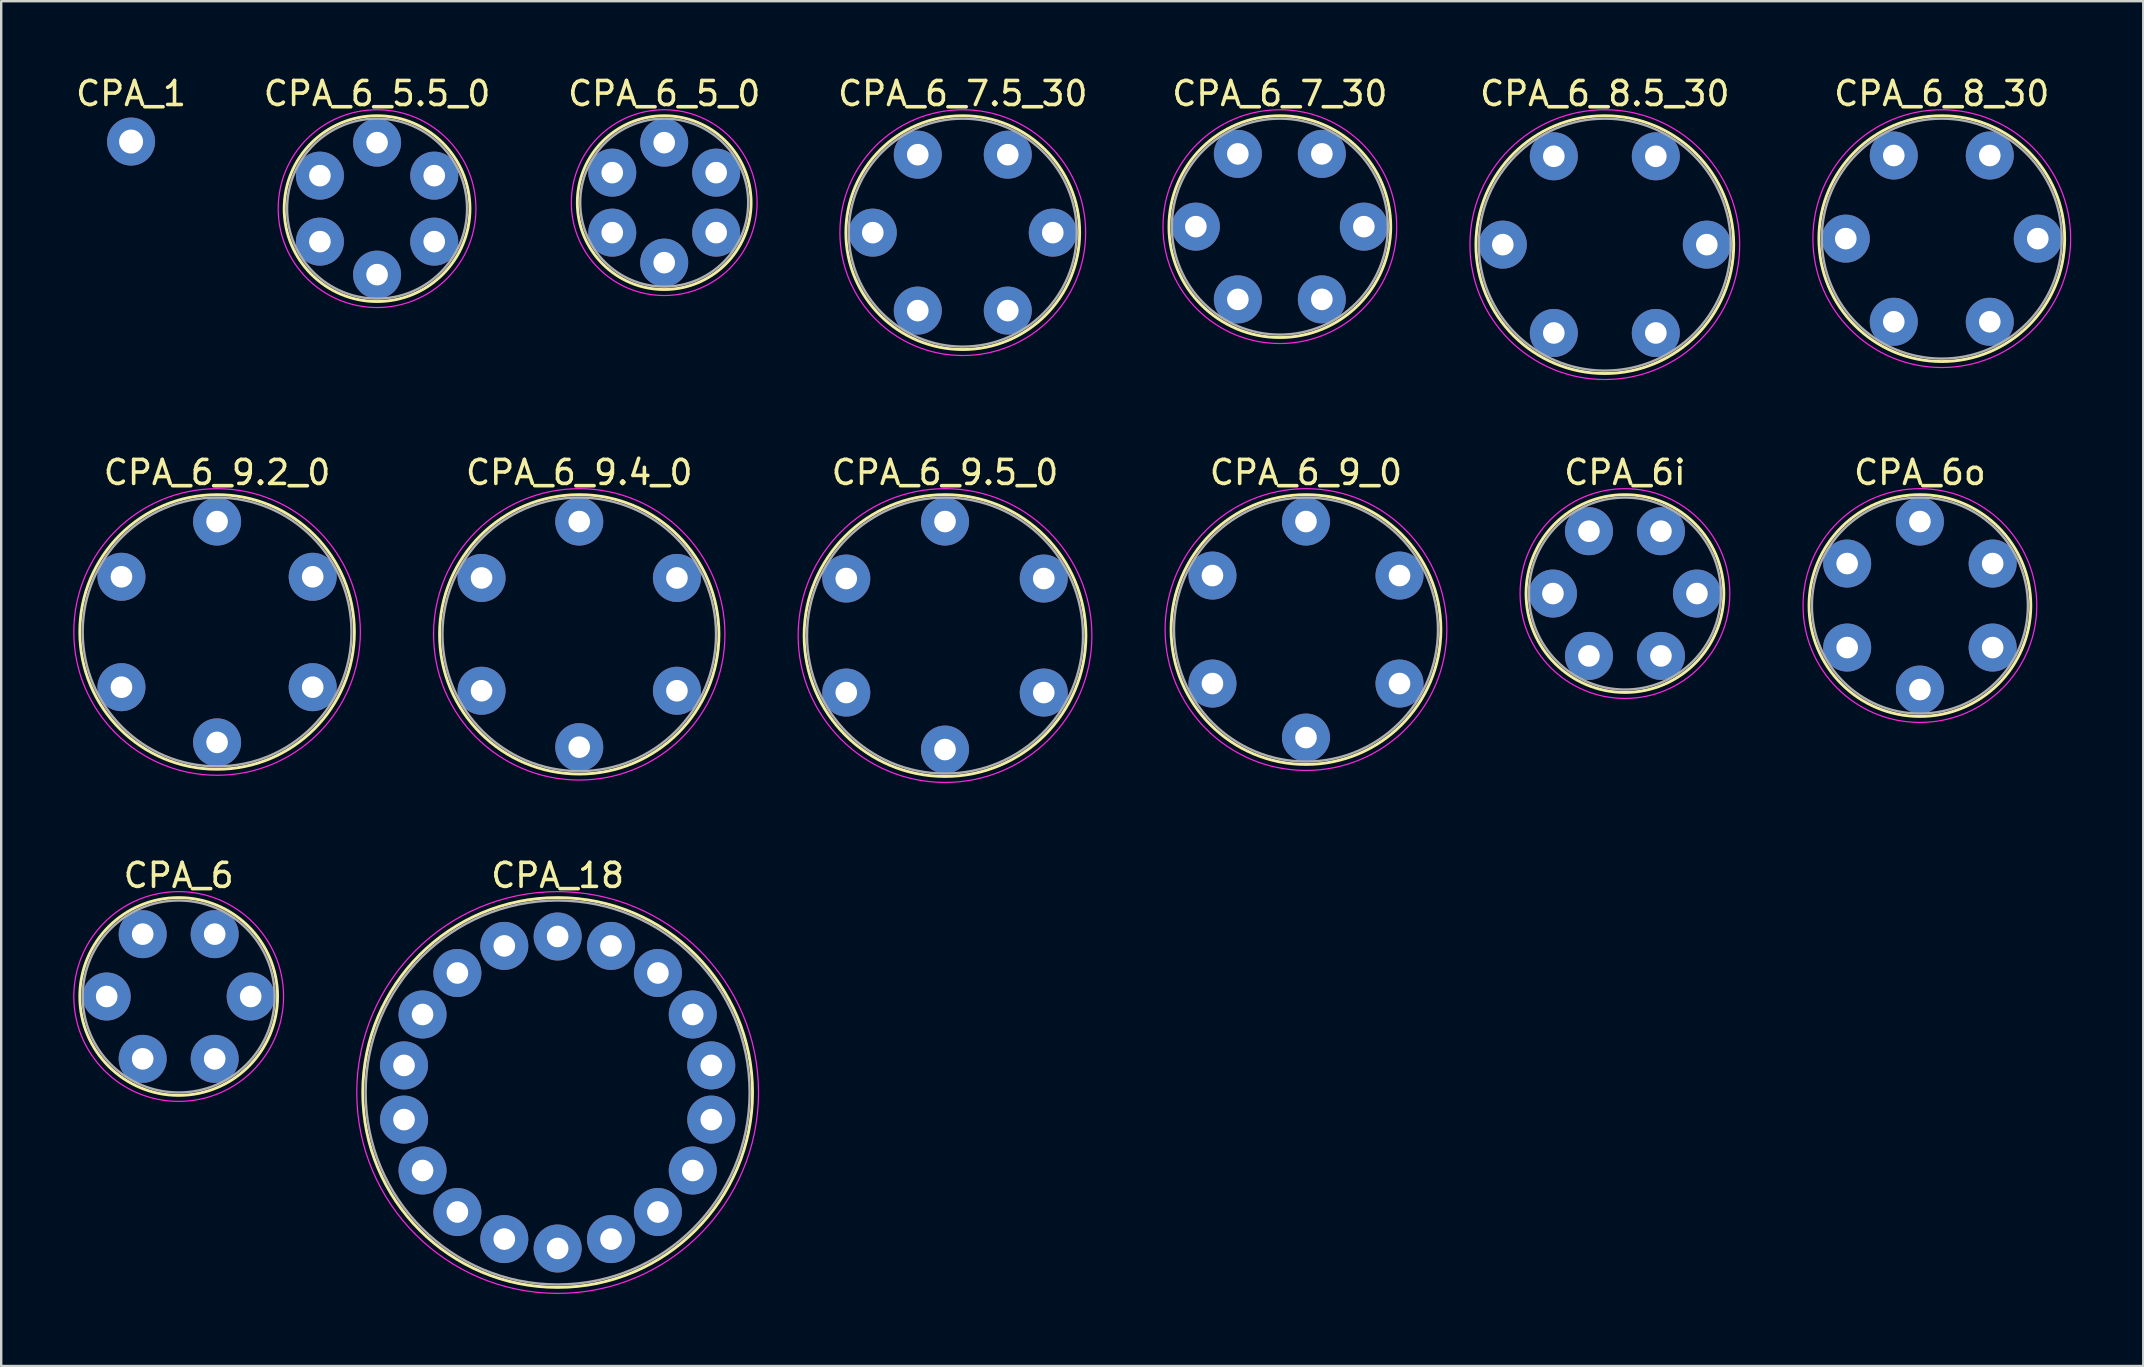
<source format=kicad_pcb>
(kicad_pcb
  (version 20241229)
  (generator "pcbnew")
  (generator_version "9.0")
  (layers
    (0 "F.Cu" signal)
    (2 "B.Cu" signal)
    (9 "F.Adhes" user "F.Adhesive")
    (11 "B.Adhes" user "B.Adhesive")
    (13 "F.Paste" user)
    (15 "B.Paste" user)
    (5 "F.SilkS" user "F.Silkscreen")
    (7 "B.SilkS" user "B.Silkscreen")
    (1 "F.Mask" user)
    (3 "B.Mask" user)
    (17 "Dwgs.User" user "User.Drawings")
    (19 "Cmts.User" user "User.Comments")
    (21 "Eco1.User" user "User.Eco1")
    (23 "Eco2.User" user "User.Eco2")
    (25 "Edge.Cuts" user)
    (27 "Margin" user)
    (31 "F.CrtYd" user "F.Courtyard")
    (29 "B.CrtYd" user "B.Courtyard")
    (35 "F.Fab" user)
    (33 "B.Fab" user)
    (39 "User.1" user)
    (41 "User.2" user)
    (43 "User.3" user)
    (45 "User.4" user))
  (footprint "CPA_6_5_0"
    (layer "F.Cu")
    (at 24.625 5.393)
    (property "Reference" "CPA_6_5_0" (at 0 -4.545 0) (layer "F.SilkS") (effects (font (size 1 1) (thickness 0.15))))
    (fp_circle (center 0 0) (end 0 3.62) (stroke (width 0.12) (type solid)) (fill no) (layer "F.SilkS"))
    (fp_circle (center 0 0) (end 0 3.87) (stroke (width 0.05) (type solid)) (fill no) (layer "F.CrtYd"))
    (fp_circle (center 0 0) (end 0 3.5) (stroke (width 0.1) (type solid)) (fill no) (layer "F.Fab"))
    (pad "1" thru_hole oval (at 0 -2.5) (size 2 2) (drill 0.9) (layers "*.Cu" "*.Mask"))
    (pad "2" thru_hole oval (at 2.165 -1.25) (size 2 2) (drill 0.9) (layers "*.Cu" "*.Mask"))
    (pad "3" thru_hole oval (at 2.165 1.25) (size 2 2) (drill 0.9) (layers "*.Cu" "*.Mask"))
    (pad "4" thru_hole oval (at 0 2.5) (size 2 2) (drill 0.9) (layers "*.Cu" "*.Mask"))
    (pad "5" thru_hole oval (at -2.165 1.25) (size 2 2) (drill 0.9) (layers "*.Cu" "*.Mask"))
    (pad "6" thru_hole oval (at -2.165 -1.25) (size 2 2) (drill 0.9) (layers "*.Cu" "*.Mask")))
  (footprint "CPA_6_5.5_0"
    (layer "F.Cu")
    (at 12.661 5.643)
    (property "Reference" "CPA_6_5.5_0" (at 0 -4.795 0) (layer "F.SilkS") (effects (font (size 1 1) (thickness 0.15))))
    (fp_circle (center 0 0) (end 0 3.87) (stroke (width 0.12) (type solid)) (fill no) (layer "F.SilkS"))
    (fp_circle (center 0 0) (end 0 4.12) (stroke (width 0.05) (type solid)) (fill no) (layer "F.CrtYd"))
    (fp_circle (center 0 0) (end 0 3.75) (stroke (width 0.1) (type solid)) (fill no) (layer "F.Fab"))
    (pad "1" thru_hole oval (at 0 -2.75) (size 2 2) (drill 0.9) (layers "*.Cu" "*.Mask"))
    (pad "2" thru_hole oval (at 2.382 -1.375) (size 2 2) (drill 0.9) (layers "*.Cu" "*.Mask"))
    (pad "3" thru_hole oval (at 2.382 1.375) (size 2 2) (drill 0.9) (layers "*.Cu" "*.Mask"))
    (pad "4" thru_hole oval (at 0 2.75) (size 2 2) (drill 0.9) (layers "*.Cu" "*.Mask"))
    (pad "5" thru_hole oval (at -2.382 1.375) (size 2 2) (drill 0.9) (layers "*.Cu" "*.Mask"))
    (pad "6" thru_hole oval (at -2.382 -1.375) (size 2 2) (drill 0.9) (layers "*.Cu" "*.Mask")))
  (footprint "CPA_6_9_0"
    (layer "F.Cu")
    (at 51.365 23.181)
    (property "Reference" "CPA_6_9_0" (at 0 -6.545 0) (layer "F.SilkS") (effects (font (size 1 1) (thickness 0.15))))
    (fp_circle (center 0 0) (end 0 5.62) (stroke (width 0.12) (type solid)) (fill no) (layer "F.SilkS"))
    (fp_circle (center 0 0) (end 0 5.87) (stroke (width 0.05) (type solid)) (fill no) (layer "F.CrtYd"))
    (fp_circle (center 0 0) (end 0 5.5) (stroke (width 0.1) (type solid)) (fill no) (layer "F.Fab"))
    (pad "1" thru_hole oval (at 0 -4.5) (size 2 2) (drill 0.9) (layers "*.Cu" "*.Mask"))
    (pad "2" thru_hole oval (at 3.897 -2.25) (size 2 2) (drill 0.9) (layers "*.Cu" "*.Mask"))
    (pad "3" thru_hole oval (at 3.897 2.25) (size 2 2) (drill 0.9) (layers "*.Cu" "*.Mask"))
    (pad "4" thru_hole oval (at 0 4.5) (size 2 2) (drill 0.9) (layers "*.Cu" "*.Mask"))
    (pad "5" thru_hole oval (at -3.897 2.25) (size 2 2) (drill 0.9) (layers "*.Cu" "*.Mask"))
    (pad "6" thru_hole oval (at -3.897 -2.25) (size 2 2) (drill 0.9) (layers "*.Cu" "*.Mask")))
  (footprint "CPA_6o"
    (layer "F.Cu")
    (at 76.945 22.181)
    (property "Reference" "CPA_6o" (at 0 -5.545 0) (layer "F.SilkS") (effects (font (size 1 1) (thickness 0.15))))
    (fp_circle (center 0 0) (end 0 4.62) (stroke (width 0.12) (type solid)) (fill no) (layer "F.SilkS"))
    (fp_circle (center 0 0) (end 0 4.87) (stroke (width 0.05) (type solid)) (fill no) (layer "F.CrtYd"))
    (fp_circle (center 0 0) (end 0 4.5) (stroke (width 0.1) (type solid)) (fill no) (layer "F.Fab"))
    (pad "1" thru_hole oval (at 0 -3.5) (size 2 2) (drill 0.9) (layers "*.Cu" "*.Mask"))
    (pad "2" thru_hole oval (at 3.031 -1.75) (size 2 2) (drill 0.9) (layers "*.Cu" "*.Mask"))
    (pad "3" thru_hole oval (at 3.031 1.75) (size 2 2) (drill 0.9) (layers "*.Cu" "*.Mask"))
    (pad "4" thru_hole oval (at 0 3.5) (size 2 2) (drill 0.9) (layers "*.Cu" "*.Mask"))
    (pad "5" thru_hole oval (at -3.031 1.75) (size 2 2) (drill 0.9) (layers "*.Cu" "*.Mask"))
    (pad "6" thru_hole oval (at -3.031 -1.75) (size 2 2) (drill 0.9) (layers "*.Cu" "*.Mask")))
  (footprint "CPA_6_7.5_30"
    (layer "F.Cu")
    (at 37.065 6.643)
    (property "Reference" "CPA_6_7.5_30" (at 0 -5.795 0) (layer "F.SilkS") (effects (font (size 1 1) (thickness 0.15))))
    (fp_circle (center 0 0) (end 0 4.87) (stroke (width 0.12) (type solid)) (fill no) (layer "F.SilkS"))
    (fp_circle (center 0 0) (end 0 5.12) (stroke (width 0.05) (type solid)) (fill no) (layer "F.CrtYd"))
    (fp_circle (center 0 0) (end 0 4.75) (stroke (width 0.1) (type solid)) (fill no) (layer "F.Fab"))
    (pad "1" thru_hole oval (at 1.875 -3.248) (size 2 2) (drill 0.9) (layers "*.Cu" "*.Mask"))
    (pad "2" thru_hole oval (at 3.75 0) (size 2 2) (drill 0.9) (layers "*.Cu" "*.Mask"))
    (pad "3" thru_hole oval (at 1.875 3.248) (size 2 2) (drill 0.9) (layers "*.Cu" "*.Mask"))
    (pad "4" thru_hole oval (at -1.875 3.248) (size 2 2) (drill 0.9) (layers "*.Cu" "*.Mask"))
    (pad "5" thru_hole oval (at -3.75 0) (size 2 2) (drill 0.9) (layers "*.Cu" "*.Mask"))
    (pad "6" thru_hole oval (at -1.875 -3.248) (size 2 2) (drill 0.9) (layers "*.Cu" "*.Mask")))
  (footprint "CPA_6i"
    (layer "F.Cu")
    (at 64.655 21.681)
    (property "Reference" "CPA_6i" (at 0 -5.045 0) (layer "F.SilkS") (effects (font (size 1 1) (thickness 0.15))))
    (fp_circle (center 0 0) (end 0 4.12) (stroke (width 0.12) (type solid)) (fill no) (layer "F.SilkS"))
    (fp_circle (center 0 0) (end 0 4.37) (stroke (width 0.05) (type solid)) (fill no) (layer "F.CrtYd"))
    (fp_circle (center 0 0) (end 0 4) (stroke (width 0.1) (type solid)) (fill no) (layer "F.Fab"))
    (pad "1" thru_hole oval (at 1.5 -2.598) (size 2 2) (drill 0.9) (layers "*.Cu" "*.Mask"))
    (pad "2" thru_hole oval (at 3 0) (size 2 2) (drill 0.9) (layers "*.Cu" "*.Mask"))
    (pad "3" thru_hole oval (at 1.5 2.598) (size 2 2) (drill 0.9) (layers "*.Cu" "*.Mask"))
    (pad "4" thru_hole oval (at -1.5 2.598) (size 2 2) (drill 0.9) (layers "*.Cu" "*.Mask"))
    (pad "5" thru_hole oval (at -3 0) (size 2 2) (drill 0.9) (layers "*.Cu" "*.Mask"))
    (pad "6" thru_hole oval (at -1.5 -2.598) (size 2 2) (drill 0.9) (layers "*.Cu" "*.Mask")))
  (footprint "CPA_6_7_30"
    (layer "F.Cu")
    (at 50.276 6.393)
    (property "Reference" "CPA_6_7_30" (at 0 -5.545 0) (layer "F.SilkS") (effects (font (size 1 1) (thickness 0.15))))
    (fp_circle (center 0 0) (end 0 4.62) (stroke (width 0.12) (type solid)) (fill no) (layer "F.SilkS"))
    (fp_circle (center 0 0) (end 0 4.87) (stroke (width 0.05) (type solid)) (fill no) (layer "F.CrtYd"))
    (fp_circle (center 0 0) (end 0 4.5) (stroke (width 0.1) (type solid)) (fill no) (layer "F.Fab"))
    (pad "1" thru_hole oval (at 1.75 -3.031) (size 2 2) (drill 0.9) (layers "*.Cu" "*.Mask"))
    (pad "2" thru_hole oval (at 3.5 0) (size 2 2) (drill 0.9) (layers "*.Cu" "*.Mask"))
    (pad "3" thru_hole oval (at 1.75 3.031) (size 2 2) (drill 0.9) (layers "*.Cu" "*.Mask"))
    (pad "4" thru_hole oval (at -1.75 3.031) (size 2 2) (drill 0.9) (layers "*.Cu" "*.Mask"))
    (pad "5" thru_hole oval (at -3.5 0) (size 2 2) (drill 0.9) (layers "*.Cu" "*.Mask"))
    (pad "6" thru_hole oval (at -1.75 -3.031) (size 2 2) (drill 0.9) (layers "*.Cu" "*.Mask")))
  (footprint "CPA_6"
    (layer "F.Cu")
    (at 4.395 38.47)
    (property "Reference" "CPA_6" (at 0 -5.045 0) (layer "F.SilkS") (effects (font (size 1 1) (thickness 0.15))))
    (fp_circle (center 0 0) (end 0 4.12) (stroke (width 0.12) (type solid)) (fill no) (layer "F.SilkS"))
    (fp_circle (center 0 0) (end 0 4.37) (stroke (width 0.05) (type solid)) (fill no) (layer "F.CrtYd"))
    (fp_circle (center 0 0) (end 0 4) (stroke (width 0.1) (type solid)) (fill no) (layer "F.Fab"))
    (pad "1" thru_hole oval (at 1.5 -2.598) (size 2 2) (drill 0.9) (layers "*.Cu" "*.Mask"))
    (pad "2" thru_hole oval (at 3 0) (size 2 2) (drill 0.9) (layers "*.Cu" "*.Mask"))
    (pad "3" thru_hole oval (at 1.5 2.598) (size 2 2) (drill 0.9) (layers "*.Cu" "*.Mask"))
    (pad "4" thru_hole oval (at -1.5 2.598) (size 2 2) (drill 0.9) (layers "*.Cu" "*.Mask"))
    (pad "5" thru_hole oval (at -3 0) (size 2 2) (drill 0.9) (layers "*.Cu" "*.Mask"))
    (pad "6" thru_hole oval (at -1.5 -2.598) (size 2 2) (drill 0.9) (layers "*.Cu" "*.Mask")))
  (footprint "CPA_6_9.5_0"
    (layer "F.Cu")
    (at 36.325 23.431)
    (property "Reference" "CPA_6_9.5_0" (at 0 -6.795 0) (layer "F.SilkS") (effects (font (size 1 1) (thickness 0.15))))
    (fp_circle (center 0 0) (end 0 5.87) (stroke (width 0.12) (type solid)) (fill no) (layer "F.SilkS"))
    (fp_circle (center 0 0) (end 0 6.12) (stroke (width 0.05) (type solid)) (fill no) (layer "F.CrtYd"))
    (fp_circle (center 0 0) (end 0 5.75) (stroke (width 0.1) (type solid)) (fill no) (layer "F.Fab"))
    (pad "1" thru_hole oval (at 0 -4.75) (size 2 2) (drill 0.9) (layers "*.Cu" "*.Mask"))
    (pad "2" thru_hole oval (at 4.114 -2.375) (size 2 2) (drill 0.9) (layers "*.Cu" "*.Mask"))
    (pad "3" thru_hole oval (at 4.114 2.375) (size 2 2) (drill 0.9) (layers "*.Cu" "*.Mask"))
    (pad "4" thru_hole oval (at 0 4.75) (size 2 2) (drill 0.9) (layers "*.Cu" "*.Mask"))
    (pad "5" thru_hole oval (at -4.114 2.375) (size 2 2) (drill 0.9) (layers "*.Cu" "*.Mask"))
    (pad "6" thru_hole oval (at -4.114 -2.375) (size 2 2) (drill 0.9) (layers "*.Cu" "*.Mask")))
  (footprint "CPA_6_9.2_0"
    (layer "F.Cu")
    (at 5.995 23.282)
    (property "Reference" "CPA_6_9.2_0" (at 0 -6.645 0) (layer "F.SilkS") (effects (font (size 1 1) (thickness 0.15))))
    (fp_circle (center 0 0) (end 0 5.72) (stroke (width 0.12) (type solid)) (fill no) (layer "F.SilkS"))
    (fp_circle (center 0 0) (end 0 5.97) (stroke (width 0.05) (type solid)) (fill no) (layer "F.CrtYd"))
    (fp_circle (center 0 0) (end 0 5.6) (stroke (width 0.1) (type solid)) (fill no) (layer "F.Fab"))
    (pad "1" thru_hole oval (at 0 -4.6) (size 2 2) (drill 0.9) (layers "*.Cu" "*.Mask"))
    (pad "2" thru_hole oval (at 3.984 -2.3) (size 2 2) (drill 0.9) (layers "*.Cu" "*.Mask"))
    (pad "3" thru_hole oval (at 3.984 2.3) (size 2 2) (drill 0.9) (layers "*.Cu" "*.Mask"))
    (pad "4" thru_hole oval (at 0 4.6) (size 2 2) (drill 0.9) (layers "*.Cu" "*.Mask"))
    (pad "5" thru_hole oval (at -3.984 2.3) (size 2 2) (drill 0.9) (layers "*.Cu" "*.Mask"))
    (pad "6" thru_hole oval (at -3.984 -2.3) (size 2 2) (drill 0.9) (layers "*.Cu" "*.Mask")))
  (footprint "CPA_6_9.4_0"
    (layer "F.Cu")
    (at 21.085 23.381)
    (property "Reference" "CPA_6_9.4_0" (at 0 -6.745 0) (layer "F.SilkS") (effects (font (size 1 1) (thickness 0.15))))
    (fp_circle (center 0 0) (end 0 5.82) (stroke (width 0.12) (type solid)) (fill no) (layer "F.SilkS"))
    (fp_circle (center 0 0) (end 0 6.07) (stroke (width 0.05) (type solid)) (fill no) (layer "F.CrtYd"))
    (fp_circle (center 0 0) (end 0 5.7) (stroke (width 0.1) (type solid)) (fill no) (layer "F.Fab"))
    (pad "1" thru_hole oval (at 0 -4.7) (size 2 2) (drill 0.9) (layers "*.Cu" "*.Mask"))
    (pad "2" thru_hole oval (at 4.07 -2.35) (size 2 2) (drill 0.9) (layers "*.Cu" "*.Mask"))
    (pad "3" thru_hole oval (at 4.07 2.35) (size 2 2) (drill 0.9) (layers "*.Cu" "*.Mask"))
    (pad "4" thru_hole oval (at 0 4.7) (size 2 2) (drill 0.9) (layers "*.Cu" "*.Mask"))
    (pad "5" thru_hole oval (at -4.07 2.35) (size 2 2) (drill 0.9) (layers "*.Cu" "*.Mask"))
    (pad "6" thru_hole oval (at -4.07 -2.35) (size 2 2) (drill 0.9) (layers "*.Cu" "*.Mask")))
  (footprint "CPA_6_8.5_30"
    (layer "F.Cu")
    (at 63.816 7.143)
    (property "Reference" "CPA_6_8.5_30" (at 0 -6.295 0) (layer "F.SilkS") (effects (font (size 1 1) (thickness 0.15))))
    (fp_circle (center 0 0) (end 0 5.37) (stroke (width 0.12) (type solid)) (fill no) (layer "F.SilkS"))
    (fp_circle (center 0 0) (end 0 5.62) (stroke (width 0.05) (type solid)) (fill no) (layer "F.CrtYd"))
    (fp_circle (center 0 0) (end 0 5.25) (stroke (width 0.1) (type solid)) (fill no) (layer "F.Fab"))
    (pad "1" thru_hole oval (at 2.125 -3.681) (size 2 2) (drill 0.9) (layers "*.Cu" "*.Mask"))
    (pad "2" thru_hole oval (at 4.25 0) (size 2 2) (drill 0.9) (layers "*.Cu" "*.Mask"))
    (pad "3" thru_hole oval (at 2.125 3.681) (size 2 2) (drill 0.9) (layers "*.Cu" "*.Mask"))
    (pad "4" thru_hole oval (at -2.125 3.681) (size 2 2) (drill 0.9) (layers "*.Cu" "*.Mask"))
    (pad "5" thru_hole oval (at -4.25 0) (size 2 2) (drill 0.9) (layers "*.Cu" "*.Mask"))
    (pad "6" thru_hole oval (at -2.125 -3.681) (size 2 2) (drill 0.9) (layers "*.Cu" "*.Mask")))
  (footprint "CPA_18"
    (layer "F.Cu")
    (at 20.185 42.47)
    (property "Reference" "CPA_18" (at 0 -9.045 0) (layer "F.SilkS") (effects (font (size 1 1) (thickness 0.15))))
    (fp_circle (center 0 0) (end 0 8.12) (stroke (width 0.12) (type solid)) (fill no) (layer "F.SilkS"))
    (fp_circle (center 0 0) (end 0 8.37) (stroke (width 0.05) (type solid)) (fill no) (layer "F.CrtYd"))
    (fp_circle (center 0 0) (end 0 8) (stroke (width 0.1) (type solid)) (fill no) (layer "F.Fab"))
    (pad "1" thru_hole oval (at 0 -6.5) (size 2 2) (drill 0.9) (layers "*.Cu" "*.Mask"))
    (pad "2" thru_hole oval (at 2.223 -6.108) (size 2 2) (drill 0.9) (layers "*.Cu" "*.Mask"))
    (pad "3" thru_hole oval (at 4.178 -4.979) (size 2 2) (drill 0.9) (layers "*.Cu" "*.Mask"))
    (pad "4" thru_hole oval (at 5.629 -3.25) (size 2 2) (drill 0.9) (layers "*.Cu" "*.Mask"))
    (pad "5" thru_hole oval (at 6.401 -1.129) (size 2 2) (drill 0.9) (layers "*.Cu" "*.Mask"))
    (pad "6" thru_hole oval (at 6.401 1.129) (size 2 2) (drill 0.9) (layers "*.Cu" "*.Mask"))
    (pad "7" thru_hole oval (at 5.629 3.25) (size 2 2) (drill 0.9) (layers "*.Cu" "*.Mask"))
    (pad "8" thru_hole oval (at 4.178 4.979) (size 2 2) (drill 0.9) (layers "*.Cu" "*.Mask"))
    (pad "9" thru_hole oval (at 2.223 6.108) (size 2 2) (drill 0.9) (layers "*.Cu" "*.Mask"))
    (pad "10" thru_hole oval (at 0 6.5) (size 2 2) (drill 0.9) (layers "*.Cu" "*.Mask"))
    (pad "11" thru_hole oval (at -2.223 6.108) (size 2 2) (drill 0.9) (layers "*.Cu" "*.Mask"))
    (pad "12" thru_hole oval (at -4.178 4.979) (size 2 2) (drill 0.9) (layers "*.Cu" "*.Mask"))
    (pad "13" thru_hole oval (at -5.629 3.25) (size 2 2) (drill 0.9) (layers "*.Cu" "*.Mask"))
    (pad "14" thru_hole oval (at -6.401 1.129) (size 2 2) (drill 0.9) (layers "*.Cu" "*.Mask"))
    (pad "15" thru_hole oval (at -6.401 -1.129) (size 2 2) (drill 0.9) (layers "*.Cu" "*.Mask"))
    (pad "16" thru_hole oval (at -5.629 -3.25) (size 2 2) (drill 0.9) (layers "*.Cu" "*.Mask"))
    (pad "17" thru_hole oval (at -4.178 -4.979) (size 2 2) (drill 0.9) (layers "*.Cu" "*.Mask"))
    (pad "18" thru_hole oval (at -2.223 -6.108) (size 2 2) (drill 0.9) (layers "*.Cu" "*.Mask")))
  (footprint "CPA_1"
    (layer "F.Cu")
    (at 2.411 2.848)
    (property "Reference" "CPA_1" (at 0 -2 0) (layer "F.SilkS") (effects (font (size 1 1) (thickness 0.15))))
    (pad "1" thru_hole oval (at 0 0) (size 2 2) (drill 1) (layers "*.Cu" "*.Mask")))
  (footprint "CPA_6_8_30"
    (layer "F.Cu")
    (at 77.856 6.893)
    (property "Reference" "CPA_6_8_30" (at 0 -6.045 0) (layer "F.SilkS") (effects (font (size 1 1) (thickness 0.15))))
    (fp_circle (center 0 0) (end 0 5.12) (stroke (width 0.12) (type solid)) (fill no) (layer "F.SilkS"))
    (fp_circle (center 0 0) (end 0 5.37) (stroke (width 0.05) (type solid)) (fill no) (layer "F.CrtYd"))
    (fp_circle (center 0 0) (end 0 5) (stroke (width 0.1) (type solid)) (fill no) (layer "F.Fab"))
    (pad "1" thru_hole oval (at 2 -3.464) (size 2 2) (drill 0.9) (layers "*.Cu" "*.Mask"))
    (pad "2" thru_hole oval (at 4 0) (size 2 2) (drill 0.9) (layers "*.Cu" "*.Mask"))
    (pad "3" thru_hole oval (at 2 3.464) (size 2 2) (drill 0.9) (layers "*.Cu" "*.Mask"))
    (pad "4" thru_hole oval (at -2 3.464) (size 2 2) (drill 0.9) (layers "*.Cu" "*.Mask"))
    (pad "5" thru_hole oval (at -4 0) (size 2 2) (drill 0.9) (layers "*.Cu" "*.Mask"))
    (pad "6" thru_hole oval (at -2 -3.464) (size 2 2) (drill 0.9) (layers "*.Cu" "*.Mask")))
  (gr_rect
    (start -3 -3)
    (end 86.251 53.865)
    (stroke (width 0.1) (type default))
    (fill no)
    (layer "Edge.Cuts")))
</source>
